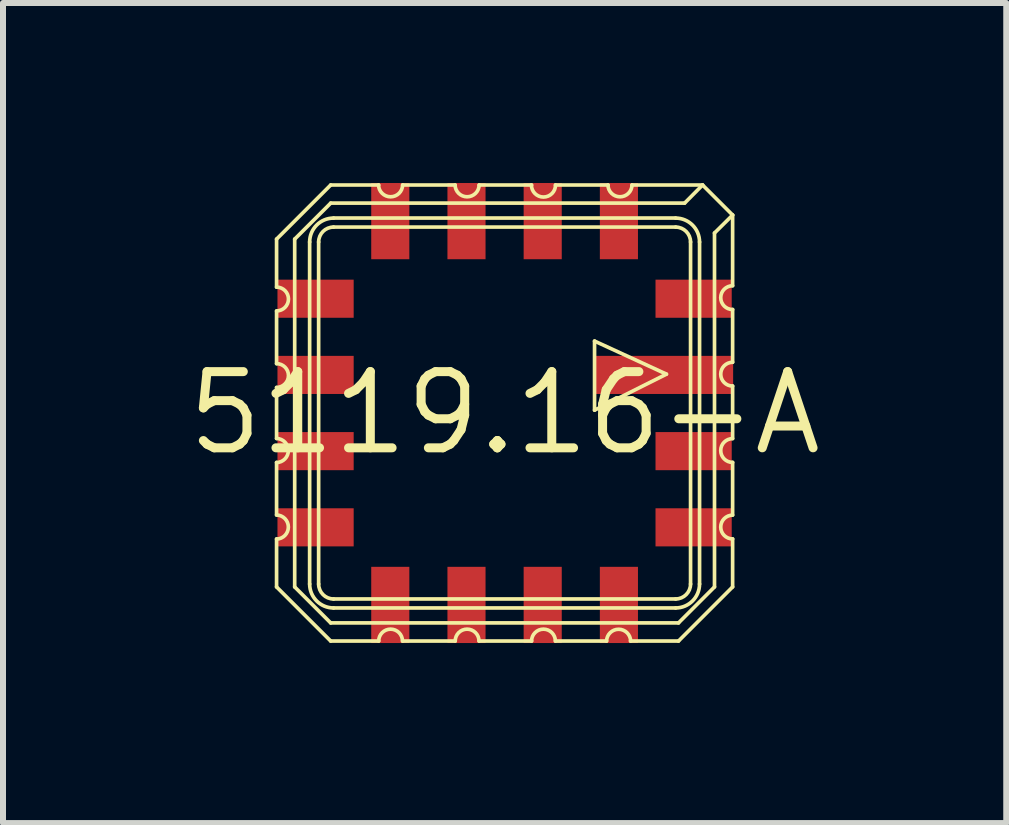
<source format=kicad_pcb>
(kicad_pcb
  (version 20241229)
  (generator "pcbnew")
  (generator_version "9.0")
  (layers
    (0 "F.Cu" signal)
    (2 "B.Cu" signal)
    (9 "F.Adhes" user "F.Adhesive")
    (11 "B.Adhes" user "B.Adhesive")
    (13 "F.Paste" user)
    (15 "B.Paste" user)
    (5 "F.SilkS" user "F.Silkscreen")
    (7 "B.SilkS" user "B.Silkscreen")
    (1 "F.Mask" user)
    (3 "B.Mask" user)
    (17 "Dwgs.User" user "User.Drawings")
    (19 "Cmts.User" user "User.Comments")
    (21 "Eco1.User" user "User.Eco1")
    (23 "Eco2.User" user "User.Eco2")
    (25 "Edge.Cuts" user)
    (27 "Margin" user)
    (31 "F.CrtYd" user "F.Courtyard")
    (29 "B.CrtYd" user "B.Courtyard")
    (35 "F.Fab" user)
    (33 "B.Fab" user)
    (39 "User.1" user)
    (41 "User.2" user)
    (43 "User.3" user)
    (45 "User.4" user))
  (footprint "5119.16-A"
    (layer "F.Cu")
    (at 5.359 3.833)
    (property "Reference" "5119.16-A" (at 0 0 0) (layer "F.SilkS") (effects (font (size 1.27 1.27) (thickness 0.15))))
    (attr smd)
    (fp_line (start -3.8 -2.898) (end -2.898 -3.8) (stroke (width 0.061) (type solid)) (layer "F.SilkS"))
    (fp_line (start -3.8 -2.098) (end -3.8 -2.898) (stroke (width 0.061) (type solid)) (layer "F.SilkS"))
    (fp_line (start -3.8 -0.823) (end -3.8 -1.699) (stroke (width 0.061) (type solid)) (layer "F.SilkS"))
    (fp_line (start -3.8 0.424) (end -3.8 -0.424) (stroke (width 0.061) (type solid)) (layer "F.SilkS"))
    (fp_line (start -3.8 1.699) (end -3.8 0.823) (stroke (width 0.061) (type solid)) (layer "F.SilkS"))
    (fp_line (start -3.8 2.898) (end -3.8 2.098) (stroke (width 0.061) (type solid)) (layer "F.SilkS"))
    (fp_line (start -3.498 -2.898) (end -3.498 2.898) (stroke (width 0.061) (type solid)) (layer "F.SilkS"))
    (fp_line (start -3.498 -2.898) (end -2.898 -3.498) (stroke (width 0.061) (type solid)) (layer "F.SilkS"))
    (fp_line (start -3.498 2.898) (end -2.898 3.498) (stroke (width 0.061) (type solid)) (layer "F.SilkS"))
    (fp_line (start -3.249 2.85) (end -3.249 -2.85) (stroke (width 0.061) (type solid)) (layer "F.SilkS"))
    (fp_line (start -3.099 2.85) (end -3.099 -2.85) (stroke (width 0.061) (type solid)) (layer "F.SilkS"))
    (fp_line (start -2.898 -3.498) (end 3 -3.498) (stroke (width 0.061) (type solid)) (layer "F.SilkS"))
    (fp_line (start -2.898 3.498) (end 2.898 3.498) (stroke (width 0.061) (type solid)) (layer "F.SilkS"))
    (fp_line (start -2.898 3.8) (end -3.8 2.898) (stroke (width 0.061) (type solid)) (layer "F.SilkS"))
    (fp_line (start -2.85 3.249) (end 2.85 3.249) (stroke (width 0.061) (type solid)) (layer "F.SilkS"))
    (fp_line (start -2.098 -3.8) (end -2.898 -3.8) (stroke (width 0.061) (type solid)) (layer "F.SilkS"))
    (fp_line (start -2.098 3.8) (end -2.898 3.8) (stroke (width 0.061) (type solid)) (layer "F.SilkS"))
    (fp_line (start -0.823 -3.8) (end -1.699 -3.8) (stroke (width 0.061) (type solid)) (layer "F.SilkS"))
    (fp_line (start -0.823 3.8) (end -1.699 3.8) (stroke (width 0.061) (type solid)) (layer "F.SilkS"))
    (fp_line (start 0.45 -3.8) (end -0.424 -3.8) (stroke (width 0.061) (type solid)) (layer "F.SilkS"))
    (fp_line (start 0.45 3.8) (end -0.424 3.8) (stroke (width 0.061) (type solid)) (layer "F.SilkS"))
    (fp_line (start 1.499 -1.199) (end 1.499 -0.048) (stroke (width 0.061) (type solid)) (layer "F.SilkS"))
    (fp_line (start 1.499 -0.048) (end 2.697 -0.648) (stroke (width 0.061) (type solid)) (layer "F.SilkS"))
    (fp_line (start 1.699 3.8) (end 0.848 3.8) (stroke (width 0.061) (type solid)) (layer "F.SilkS"))
    (fp_line (start 1.725 -3.8) (end 0.848 -3.8) (stroke (width 0.061) (type solid)) (layer "F.SilkS"))
    (fp_line (start 2.697 -0.648) (end 1.499 -1.199) (stroke (width 0.061) (type solid)) (layer "F.SilkS"))
    (fp_line (start 2.85 -3.249) (end -2.85 -3.249) (stroke (width 0.061) (type solid)) (layer "F.SilkS"))
    (fp_line (start 2.85 -3.099) (end -2.85 -3.099) (stroke (width 0.061) (type solid)) (layer "F.SilkS"))
    (fp_line (start 2.85 3.099) (end -2.85 3.099) (stroke (width 0.061) (type solid)) (layer "F.SilkS"))
    (fp_line (start 2.898 3.498) (end 3.498 2.898) (stroke (width 0.061) (type solid)) (layer "F.SilkS"))
    (fp_line (start 2.898 3.8) (end 2.098 3.8) (stroke (width 0.061) (type solid)) (layer "F.SilkS"))
    (fp_line (start 3 -3.498) (end 3.299 -3.8) (stroke (width 0.061) (type solid)) (layer "F.SilkS"))
    (fp_line (start 3.099 -2.85) (end 3.099 2.85) (stroke (width 0.061) (type solid)) (layer "F.SilkS"))
    (fp_line (start 3.249 2.85) (end 3.249 -2.85) (stroke (width 0.061) (type solid)) (layer "F.SilkS"))
    (fp_line (start 3.299 -3.8) (end 2.123 -3.8) (stroke (width 0.061) (type solid)) (layer "F.SilkS"))
    (fp_line (start 3.299 -3.8) (end 3.8 -3.299) (stroke (width 0.061) (type solid)) (layer "F.SilkS"))
    (fp_line (start 3.498 -3) (end 3.8 -3.299) (stroke (width 0.061) (type solid)) (layer "F.SilkS"))
    (fp_line (start 3.498 2.898) (end 3.498 -3) (stroke (width 0.061) (type solid)) (layer "F.SilkS"))
    (fp_line (start 3.8 -2.123) (end 3.8 -3.299) (stroke (width 0.061) (type solid)) (layer "F.SilkS"))
    (fp_line (start 3.8 -0.848) (end 3.8 -1.725) (stroke (width 0.061) (type solid)) (layer "F.SilkS"))
    (fp_line (start 3.8 0.424) (end 3.8 -0.45) (stroke (width 0.061) (type solid)) (layer "F.SilkS"))
    (fp_line (start 3.8 1.699) (end 3.8 0.823) (stroke (width 0.061) (type solid)) (layer "F.SilkS"))
    (fp_line (start 3.8 2.898) (end 2.898 3.8) (stroke (width 0.061) (type solid)) (layer "F.SilkS"))
    (fp_line (start 3.8 2.898) (end 3.8 2.098) (stroke (width 0.061) (type solid)) (layer "F.SilkS"))
    (fp_arc (start -3.79984 -2.09804) (mid -3.60172 -1.89992) (end -3.79984 -1.7018) (stroke (width 0.06096) (type solid)) (layer "F.SilkS"))
    (fp_arc (start -3.79984 -0.82296) (mid -3.60172 -0.62484) (end -3.79984 -0.42672) (stroke (width 0.06096) (type solid)) (layer "F.SilkS"))
    (fp_arc (start -3.79984 0.42418) (mid -3.59918 0.62484) (end -3.79984 0.8255) (stroke (width 0.06096) (type solid)) (layer "F.SilkS"))
    (fp_arc (start -3.79984 1.69926) (mid -3.59918 1.89992) (end -3.79984 2.10058) (stroke (width 0.06096) (type solid)) (layer "F.SilkS"))
    (fp_arc (start -3.24866 -2.84988) (mid -3.13186 -3.13186) (end -2.84988 -3.24866) (stroke (width 0.06096) (type solid)) (layer "F.SilkS"))
    (fp_arc (start -3.0988 -2.84988) (mid -3.025893 -3.025893) (end -2.84988 -3.0988) (stroke (width 0.06096) (type solid)) (layer "F.SilkS"))
    (fp_arc (start -2.84988 3.0988) (mid -3.025893 3.025893) (end -3.0988 2.84988) (stroke (width 0.06096) (type solid)) (layer "F.SilkS"))
    (fp_arc (start -2.84988 3.24866) (mid -3.13186 3.13186) (end -3.24866 2.84988) (stroke (width 0.06096) (type solid)) (layer "F.SilkS"))
    (fp_arc (start -2.09804 3.79984) (mid -1.89992 3.60172) (end -1.7018 3.79984) (stroke (width 0.06096) (type solid)) (layer "F.SilkS"))
    (fp_arc (start -1.69926 -3.79984) (mid -1.89992 -3.59918) (end -2.10058 -3.79984) (stroke (width 0.06096) (type solid)) (layer "F.SilkS"))
    (fp_arc (start -0.82296 3.79984) (mid -0.62484 3.60172) (end -0.42672 3.79984) (stroke (width 0.06096) (type solid)) (layer "F.SilkS"))
    (fp_arc (start -0.42418 -3.79984) (mid -0.62484 -3.59918) (end -0.8255 -3.79984) (stroke (width 0.06096) (type solid)) (layer "F.SilkS"))
    (fp_arc (start 0.44958 3.79984) (mid 0.6477 3.60172) (end 0.84582 3.79984) (stroke (width 0.06096) (type solid)) (layer "F.SilkS"))
    (fp_arc (start 0.84836 -3.79984) (mid 0.6477 -3.59918) (end 0.44704 -3.79984) (stroke (width 0.06096) (type solid)) (layer "F.SilkS"))
    (fp_arc (start 1.69926 3.79984) (mid 1.89992 3.59918) (end 2.10058 3.79984) (stroke (width 0.06096) (type solid)) (layer "F.SilkS"))
    (fp_arc (start 2.12344 -3.79984) (mid 1.92278 -3.59918) (end 1.72212 -3.79984) (stroke (width 0.06096) (type solid)) (layer "F.SilkS"))
    (fp_arc (start 2.84988 -3.24866) (mid 3.13186 -3.13186) (end 3.24866 -2.84988) (stroke (width 0.06096) (type solid)) (layer "F.SilkS"))
    (fp_arc (start 2.84988 -3.0988) (mid 3.025893 -3.025893) (end 3.0988 -2.84988) (stroke (width 0.06096) (type solid)) (layer "F.SilkS"))
    (fp_arc (start 3.0988 2.84988) (mid 3.025893 3.025893) (end 2.84988 3.0988) (stroke (width 0.06096) (type solid)) (layer "F.SilkS"))
    (fp_arc (start 3.24866 2.84988) (mid 3.13186 3.13186) (end 2.84988 3.24866) (stroke (width 0.06096) (type solid)) (layer "F.SilkS"))
    (fp_arc (start 3.79984 -1.72466) (mid 3.60172 -1.92278) (end 3.79984 -2.1209) (stroke (width 0.06096) (type solid)) (layer "F.SilkS"))
    (fp_arc (start 3.79984 -0.44958) (mid 3.60172 -0.6477) (end 3.79984 -0.84582) (stroke (width 0.06096) (type solid)) (layer "F.SilkS"))
    (fp_arc (start 3.79984 0.82296) (mid 3.60172 0.62484) (end 3.79984 0.42672) (stroke (width 0.06096) (type solid)) (layer "F.SilkS"))
    (fp_arc (start 3.79984 2.09804) (mid 3.60172 1.89992) (end 3.79984 1.7018) (stroke (width 0.06096) (type solid)) (layer "F.SilkS"))
    (pad "1" smd rect (at 2.659 -0.635) (size 2.299 0.635) (layers "F.Cu" "F.Mask" "F.Paste"))
    (pad "2" smd rect (at 3.15 -1.905 180) (size 1.27 0.635) (layers "F.Cu" "F.Mask" "F.Paste"))
    (pad "3" smd rect (at 1.905 -3.198 90) (size 1.27 0.635) (layers "F.Cu" "F.Mask" "F.Paste"))
    (pad "4" smd rect (at 0.635 -3.198 90) (size 1.27 0.635) (layers "F.Cu" "F.Mask" "F.Paste"))
    (pad "5" smd rect (at -0.635 -3.198 90) (size 1.27 0.635) (layers "F.Cu" "F.Mask" "F.Paste"))
    (pad "6" smd rect (at -1.905 -3.198 90) (size 1.27 0.635) (layers "F.Cu" "F.Mask" "F.Paste"))
    (pad "7" smd rect (at -3.15 -1.905) (size 1.27 0.635) (layers "F.Cu" "F.Mask" "F.Paste"))
    (pad "8" smd rect (at -3.15 -0.635 180) (size 1.27 0.635) (layers "F.Cu" "F.Mask" "F.Paste"))
    (pad "9" smd rect (at -3.15 0.635) (size 1.27 0.635) (layers "F.Cu" "F.Mask" "F.Paste"))
    (pad "10" smd rect (at -3.15 1.905) (size 1.27 0.635) (layers "F.Cu" "F.Mask" "F.Paste"))
    (pad "11" smd rect (at -1.905 3.198 270) (size 1.27 0.635) (layers "F.Cu" "F.Mask" "F.Paste"))
    (pad "12" smd rect (at -0.635 3.198 270) (size 1.27 0.635) (layers "F.Cu" "F.Mask" "F.Paste"))
    (pad "13" smd rect (at 0.635 3.198 270) (size 1.27 0.635) (layers "F.Cu" "F.Mask" "F.Paste"))
    (pad "14" smd rect (at 1.905 3.198 270) (size 1.27 0.635) (layers "F.Cu" "F.Mask" "F.Paste"))
    (pad "15" smd rect (at 3.15 1.905 180) (size 1.27 0.635) (layers "F.Cu" "F.Mask" "F.Paste"))
    (pad "16" smd rect (at 3.15 0.635 180) (size 1.27 0.635) (layers "F.Cu" "F.Mask" "F.Paste")))
  (gr_rect
    (start -3 -3)
    (end 13.719 10.666)
    (stroke (width 0.1) (type default))
    (fill no)
    (layer "Edge.Cuts")))
</source>
